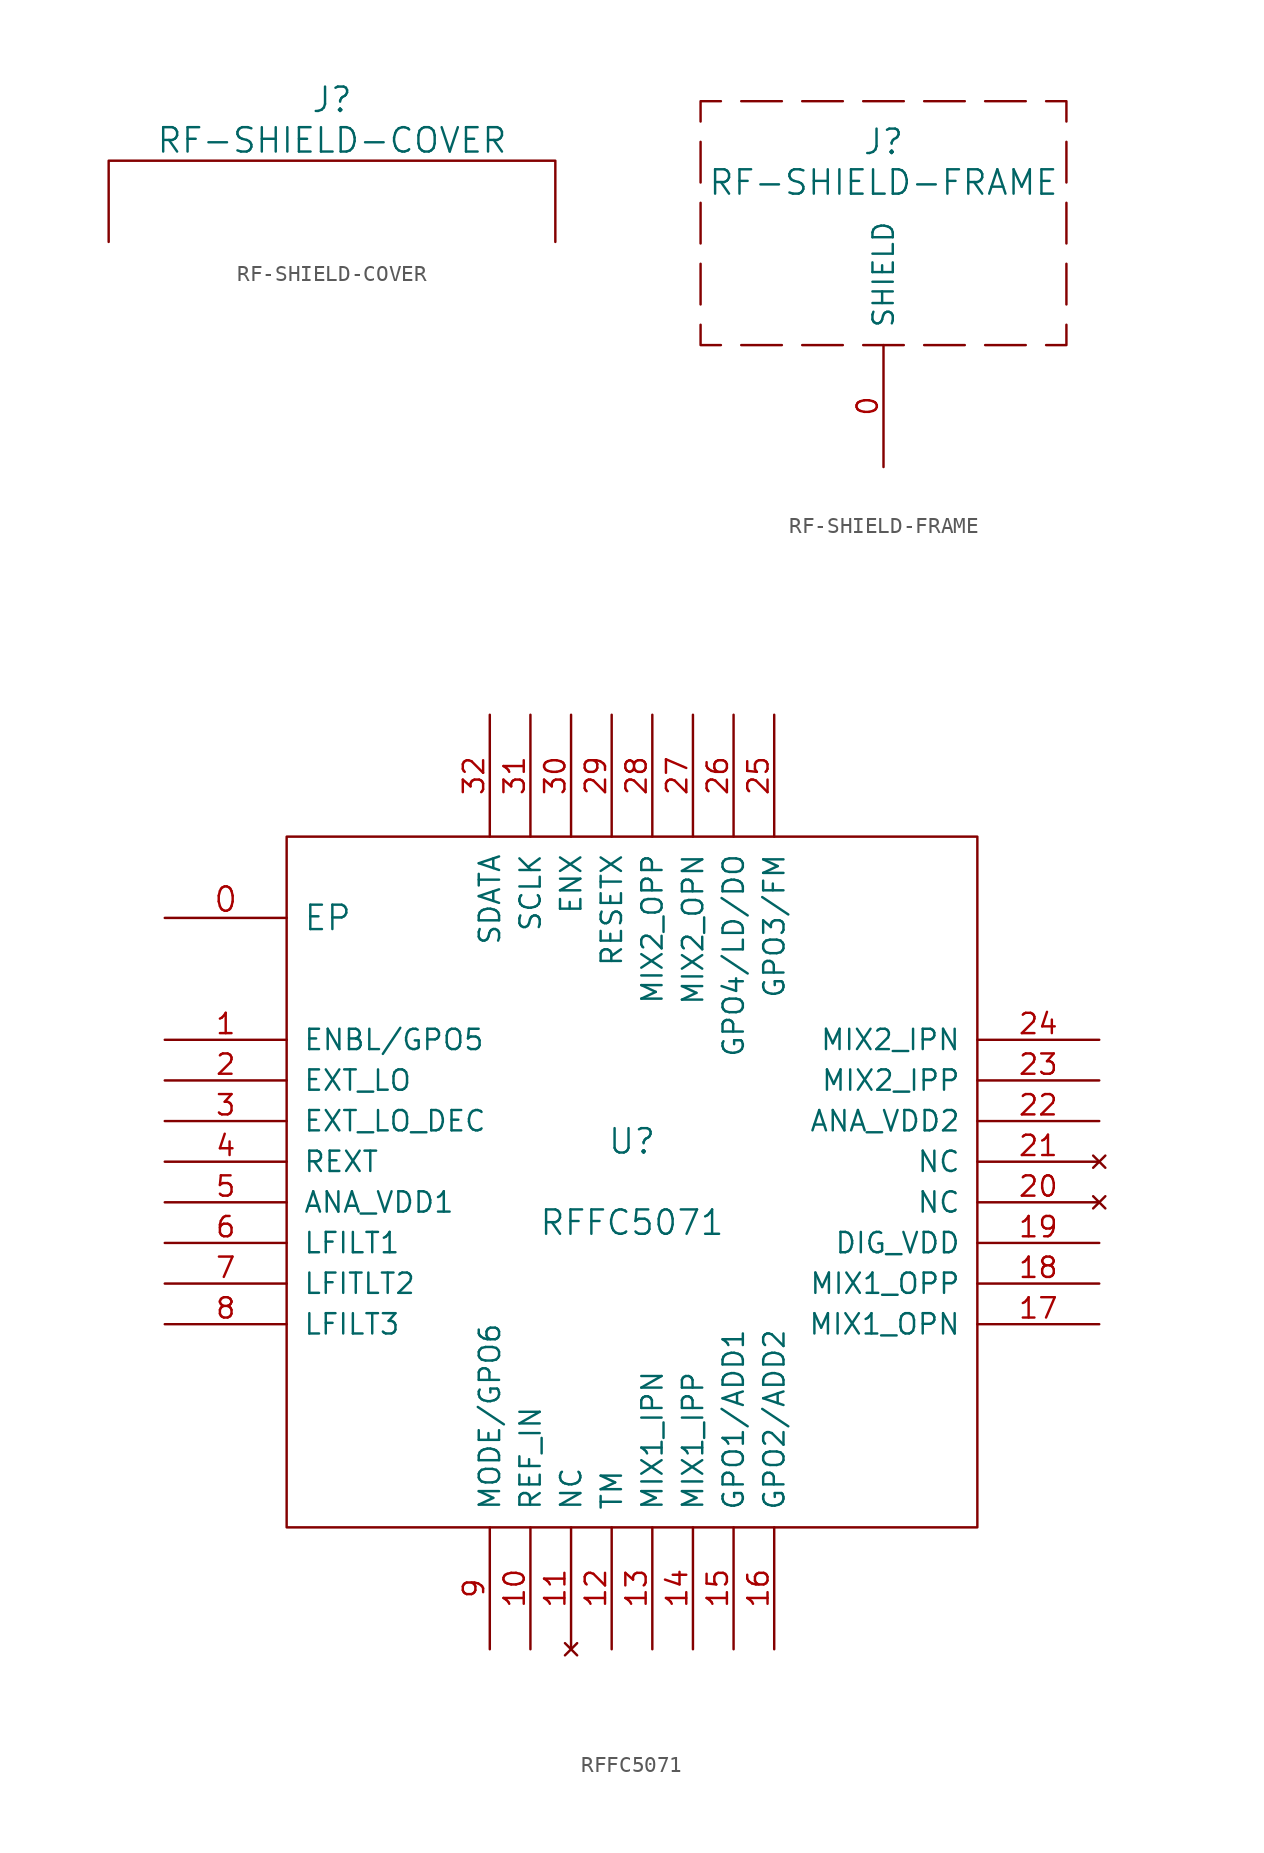
<source format=kicad_sym>
(kicad_symbol_lib
  (version 20211014)
  (generator kicad_symbol_editor)
  (symbol "RF-SHIELD-COVER"
    (pin_names
      (offset 1.016))
    (property "Reference" "J"
      (at 0 6.35 0)
      (effects (font (size 1.524 1.524))))
    (property "Value" "RF-SHIELD-COVER"
      (at 0 3.81 0)
      (effects (font (size 1.524 1.524))))
    (property "Footprint" ""
      (at 0 0 0)
      (effects (font (size 1.524 1.524))))
    (property "Datasheet" ""
      (at 0 0 0)
      (effects (font (size 1.524 1.524))))
    (symbol "RF-SHIELD-COVER_0_1"
      (polyline (pts (xy -13.97 -2.54) (xy -13.97 2.54) (xy 13.97 2.54) (xy 13.97 -2.54)) (stroke (width 0) (type default) (color 0 0 0 0)) (fill (type none)))))
  (symbol "RF-SHIELD-FRAME"
    (pin_names
      (offset 1.016))
    (property "Reference" "J"
      (at 0 12.7 0)
      (effects (font (size 1.524 1.524))))
    (property "Value" "RF-SHIELD-FRAME"
      (at 0 10.16 0)
      (effects (font (size 1.524 1.524))))
    (property "Footprint" ""
      (at 0 0 0)
      (effects (font (size 1.524 1.524))))
    (property "Datasheet" ""
      (at 0 0 0)
      (effects (font (size 1.524 1.524))))
    (symbol "RF-SHIELD-FRAME_0_1"
      (polyline (pts (xy -11.43 5.08) (xy -11.43 2.54)) (stroke (width 0) (type default) (color 0 0 0 0)) (fill (type none)))
      (polyline (pts (xy -11.43 8.89) (xy -11.43 6.35)) (stroke (width 0) (type default) (color 0 0 0 0)) (fill (type none)))
      (polyline (pts (xy -11.43 12.7) (xy -11.43 10.16)) (stroke (width 0) (type default) (color 0 0 0 0)) (fill (type none)))
      (polyline (pts (xy -8.89 0) (xy -6.35 0)) (stroke (width 0) (type default) (color 0 0 0 0)) (fill (type none)))
      (polyline (pts (xy -6.35 15.24) (xy -8.89 15.24)) (stroke (width 0) (type default) (color 0 0 0 0)) (fill (type none)))
      (polyline (pts (xy -5.08 0) (xy -2.54 0)) (stroke (width 0) (type default) (color 0 0 0 0)) (fill (type none)))
      (polyline (pts (xy -2.54 15.24) (xy -5.08 15.24)) (stroke (width 0) (type default) (color 0 0 0 0)) (fill (type none)))
      (polyline (pts (xy -1.27 0) (xy 1.27 0)) (stroke (width 0) (type default) (color 0 0 0 0)) (fill (type none)))
      (polyline (pts (xy 1.27 15.24) (xy -1.27 15.24)) (stroke (width 0) (type default) (color 0 0 0 0)) (fill (type none)))
      (polyline (pts (xy 2.54 0) (xy 5.08 0)) (stroke (width 0) (type default) (color 0 0 0 0)) (fill (type none)))
      (polyline (pts (xy 5.08 15.24) (xy 2.54 15.24)) (stroke (width 0) (type default) (color 0 0 0 0)) (fill (type none)))
      (polyline (pts (xy 6.35 0) (xy 8.89 0)) (stroke (width 0) (type default) (color 0 0 0 0)) (fill (type none)))
      (polyline (pts (xy 8.89 15.24) (xy 6.35 15.24)) (stroke (width 0) (type default) (color 0 0 0 0)) (fill (type none)))
      (polyline (pts (xy 11.43 2.54) (xy 11.43 5.08)) (stroke (width 0) (type default) (color 0 0 0 0)) (fill (type none)))
      (polyline (pts (xy 11.43 6.35) (xy 11.43 8.89)) (stroke (width 0) (type default) (color 0 0 0 0)) (fill (type none)))
      (polyline (pts (xy 11.43 10.16) (xy 11.43 12.7)) (stroke (width 0) (type default) (color 0 0 0 0)) (fill (type none)))
      (polyline (pts (xy -11.43 1.27) (xy -11.43 0) (xy -10.16 0)) (stroke (width 0) (type default) (color 0 0 0 0)) (fill (type none)))
      (polyline (pts (xy -10.16 15.24) (xy -11.43 15.24) (xy -11.43 13.97)) (stroke (width 0) (type default) (color 0 0 0 0)) (fill (type none)))
      (polyline (pts (xy 10.16 0) (xy 11.43 0) (xy 11.43 1.27)) (stroke (width 0) (type default) (color 0 0 0 0)) (fill (type none)))
      (polyline (pts (xy 11.43 13.97) (xy 11.43 15.24) (xy 10.16 15.24)) (stroke (width 0) (type default) (color 0 0 0 0)) (fill (type none))))
    (symbol "RF-SHIELD-FRAME_1_1"
      (pin passive line (at 0 -7.62 90) (length 7.62) (name "SHIELD" (effects (font (size 1.27 1.27)))) (number "0" (effects (font (size 1.27 1.27)))))))
  (symbol "RFFC5071"
    (pin_names
      (offset 1.016))
    (property "Reference" "U"
      (at 0 2.54 0)
      (effects (font (size 1.524 1.524))))
    (property "Value" "RFFC5071"
      (at 0 -2.54 0)
      (effects (font (size 1.524 1.524))))
    (property "Footprint" ""
      (at 0 0 0)
      (effects (font (size 1.524 1.524))))
    (property "Datasheet" ""
      (at 0 0 0)
      (effects (font (size 1.524 1.524))))
    (symbol "RFFC5071_0_1"
      (rectangle (start -21.59 21.59) (end 21.59 -21.59) (stroke (width 0) (type default) (color 0 0 0 0)) (fill (type none))))
    (symbol "RFFC5071_1_1"
      (pin power_in line (at -29.21 16.51 0) (length 7.62) (name "EP" (effects (font (size 1.524 1.524)))) (number "0" (effects (font (size 1.524 1.524)))))
      (pin bidirectional line (at -29.21 8.89 0) (length 7.62) (name "ENBL/GPO5" (effects (font (size 1.27 1.27)))) (number "1" (effects (font (size 1.27 1.27)))))
      (pin input line (at -6.35 -29.21 90) (length 7.62) (name "REF_IN" (effects (font (size 1.27 1.27)))) (number "10" (effects (font (size 1.27 1.27)))))
      (pin no_connect line (at -3.81 -29.21 90) (length 7.62) (name "NC" (effects (font (size 1.27 1.27)))) (number "11" (effects (font (size 1.27 1.27)))))
      (pin power_in line (at -1.27 -29.21 90) (length 7.62) (name "TM" (effects (font (size 1.27 1.27)))) (number "12" (effects (font (size 1.27 1.27)))))
      (pin input line (at 1.27 -29.21 90) (length 7.62) (name "MIX1_IPN" (effects (font (size 1.27 1.27)))) (number "13" (effects (font (size 1.27 1.27)))))
      (pin input line (at 3.81 -29.21 90) (length 7.62) (name "MIX1_IPP" (effects (font (size 1.27 1.27)))) (number "14" (effects (font (size 1.27 1.27)))))
      (pin bidirectional line (at 6.35 -29.21 90) (length 7.62) (name "GPO1/ADD1" (effects (font (size 1.27 1.27)))) (number "15" (effects (font (size 1.27 1.27)))))
      (pin bidirectional line (at 8.89 -29.21 90) (length 7.62) (name "GPO2/ADD2" (effects (font (size 1.27 1.27)))) (number "16" (effects (font (size 1.27 1.27)))))
      (pin output line (at 29.21 -8.89 180) (length 7.62) (name "MIX1_OPN" (effects (font (size 1.27 1.27)))) (number "17" (effects (font (size 1.27 1.27)))))
      (pin output line (at 29.21 -6.35 180) (length 7.62) (name "MIX1_OPP" (effects (font (size 1.27 1.27)))) (number "18" (effects (font (size 1.27 1.27)))))
      (pin power_in line (at 29.21 -3.81 180) (length 7.62) (name "DIG_VDD" (effects (font (size 1.27 1.27)))) (number "19" (effects (font (size 1.27 1.27)))))
      (pin input line (at -29.21 6.35 0) (length 7.62) (name "EXT_LO" (effects (font (size 1.27 1.27)))) (number "2" (effects (font (size 1.27 1.27)))))
      (pin no_connect line (at 29.21 -1.27 180) (length 7.62) (name "NC" (effects (font (size 1.27 1.27)))) (number "20" (effects (font (size 1.27 1.27)))))
      (pin no_connect line (at 29.21 1.27 180) (length 7.62) (name "NC" (effects (font (size 1.27 1.27)))) (number "21" (effects (font (size 1.27 1.27)))))
      (pin power_in line (at 29.21 3.81 180) (length 7.62) (name "ANA_VDD2" (effects (font (size 1.27 1.27)))) (number "22" (effects (font (size 1.27 1.27)))))
      (pin input line (at 29.21 6.35 180) (length 7.62) (name "MIX2_IPP" (effects (font (size 1.27 1.27)))) (number "23" (effects (font (size 1.27 1.27)))))
      (pin input line (at 29.21 8.89 180) (length 7.62) (name "MIX2_IPN" (effects (font (size 1.27 1.27)))) (number "24" (effects (font (size 1.27 1.27)))))
      (pin bidirectional line (at 8.89 29.21 270) (length 7.62) (name "GPO3/FM" (effects (font (size 1.27 1.27)))) (number "25" (effects (font (size 1.27 1.27)))))
      (pin bidirectional line (at 6.35 29.21 270) (length 7.62) (name "GPO4/LD/DO" (effects (font (size 1.27 1.27)))) (number "26" (effects (font (size 1.27 1.27)))))
      (pin output line (at 3.81 29.21 270) (length 7.62) (name "MIX2_OPN" (effects (font (size 1.27 1.27)))) (number "27" (effects (font (size 1.27 1.27)))))
      (pin output line (at 1.27 29.21 270) (length 7.62) (name "MIX2_OPP" (effects (font (size 1.27 1.27)))) (number "28" (effects (font (size 1.27 1.27)))))
      (pin input line (at -1.27 29.21 270) (length 7.62) (name "RESETX" (effects (font (size 1.27 1.27)))) (number "29" (effects (font (size 1.27 1.27)))))
      (pin passive line (at -29.21 3.81 0) (length 7.62) (name "EXT_LO_DEC" (effects (font (size 1.27 1.27)))) (number "3" (effects (font (size 1.27 1.27)))))
      (pin input line (at -3.81 29.21 270) (length 7.62) (name "ENX" (effects (font (size 1.27 1.27)))) (number "30" (effects (font (size 1.27 1.27)))))
      (pin input line (at -6.35 29.21 270) (length 7.62) (name "SCLK" (effects (font (size 1.27 1.27)))) (number "31" (effects (font (size 1.27 1.27)))))
      (pin input line (at -8.89 29.21 270) (length 7.62) (name "SDATA" (effects (font (size 1.27 1.27)))) (number "32" (effects (font (size 1.27 1.27)))))
      (pin passive line (at -29.21 1.27 0) (length 7.62) (name "REXT" (effects (font (size 1.27 1.27)))) (number "4" (effects (font (size 1.27 1.27)))))
      (pin power_in line (at -29.21 -1.27 0) (length 7.62) (name "ANA_VDD1" (effects (font (size 1.27 1.27)))) (number "5" (effects (font (size 1.27 1.27)))))
      (pin output line (at -29.21 -3.81 0) (length 7.62) (name "LFILT1" (effects (font (size 1.27 1.27)))) (number "6" (effects (font (size 1.27 1.27)))))
      (pin output line (at -29.21 -6.35 0) (length 7.62) (name "LFITLT2" (effects (font (size 1.27 1.27)))) (number "7" (effects (font (size 1.27 1.27)))))
      (pin input line (at -29.21 -8.89 0) (length 7.62) (name "LFILT3" (effects (font (size 1.27 1.27)))) (number "8" (effects (font (size 1.27 1.27)))))
      (pin bidirectional line (at -8.89 -29.21 90) (length 7.62) (name "MODE/GPO6" (effects (font (size 1.27 1.27)))) (number "9" (effects (font (size 1.27 1.27))))))))
</source>
